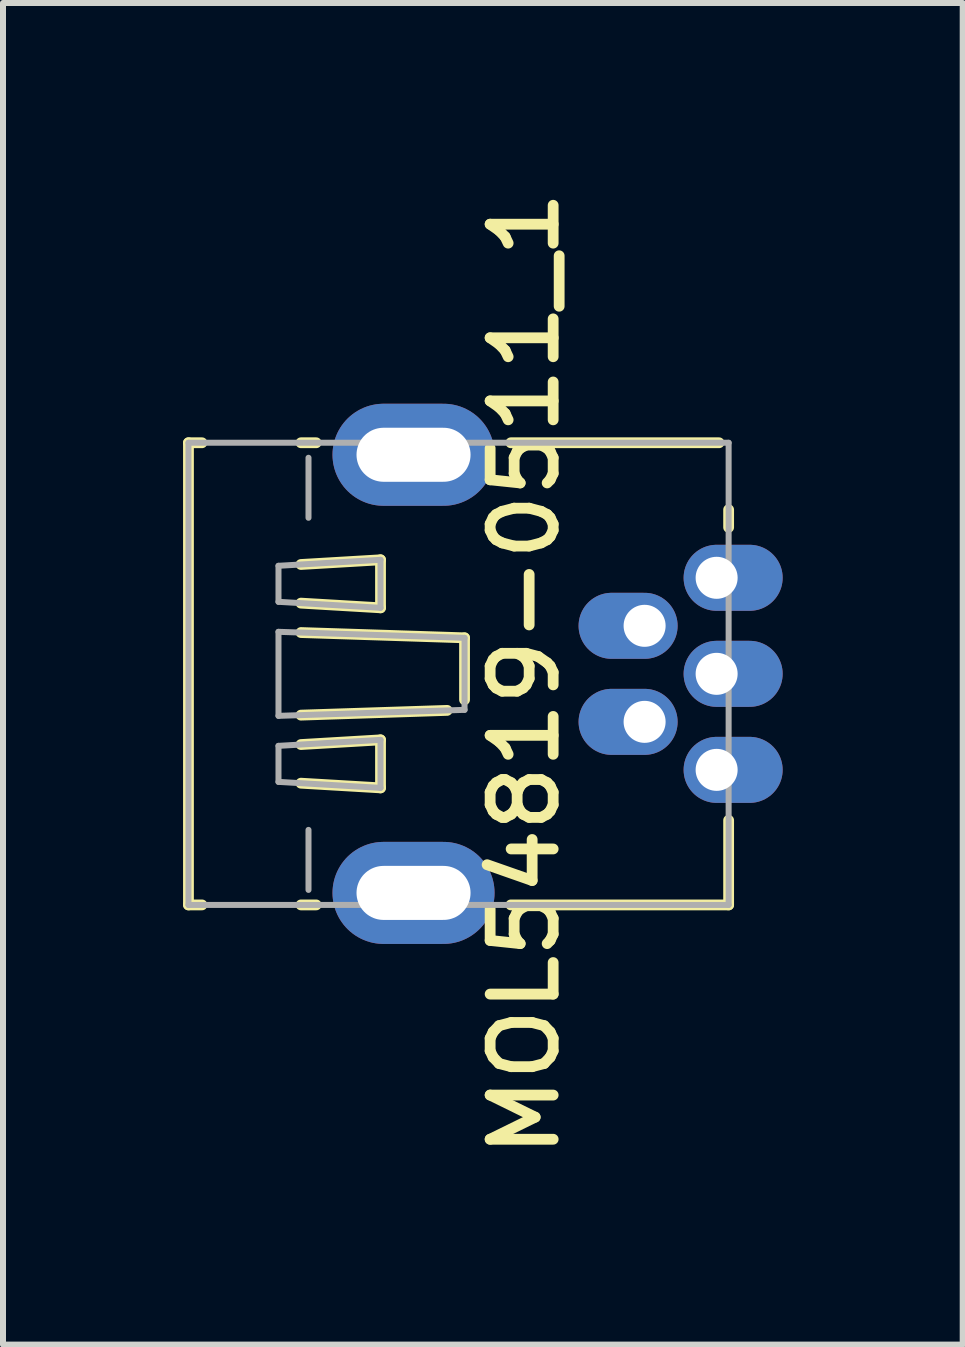
<source format=kicad_pcb>
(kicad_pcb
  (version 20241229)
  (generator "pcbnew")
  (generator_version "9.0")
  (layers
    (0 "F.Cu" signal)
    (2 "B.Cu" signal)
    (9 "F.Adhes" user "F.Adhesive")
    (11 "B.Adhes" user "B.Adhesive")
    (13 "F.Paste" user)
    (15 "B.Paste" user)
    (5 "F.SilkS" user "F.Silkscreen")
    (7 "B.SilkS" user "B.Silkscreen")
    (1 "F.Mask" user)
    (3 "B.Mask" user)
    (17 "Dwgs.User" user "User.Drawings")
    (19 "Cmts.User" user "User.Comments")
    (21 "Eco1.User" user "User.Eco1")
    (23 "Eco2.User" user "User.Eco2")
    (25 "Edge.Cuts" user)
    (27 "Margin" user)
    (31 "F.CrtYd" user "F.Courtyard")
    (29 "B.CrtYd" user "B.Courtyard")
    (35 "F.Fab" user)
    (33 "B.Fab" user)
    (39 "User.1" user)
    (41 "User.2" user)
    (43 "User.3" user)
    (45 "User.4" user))
  (footprint "MOL54819-0511_1"
    (layer "F.Cu")
    (at 8.89 8.177)
    (property "Reference" "MOL54819-0511_1" (at -3.2 0 90) (unlocked yes) (layer "F.SilkS") (effects (font (size 1.05 1.104) (thickness 0.18))))
    (attr smd)
    (fp_line (start -8.8 -3.85) (end -8.575 -3.85) (stroke (width 0.18) (type solid)) (layer "F.SilkS"))
    (fp_line (start -8.8 3.85) (end -8.8 -3.85) (stroke (width 0.18) (type solid)) (layer "F.SilkS"))
    (fp_line (start -8.8 3.85) (end -8.575 3.85) (stroke (width 0.18) (type solid)) (layer "F.SilkS"))
    (fp_line (start -6.925 -3.85) (end -6.672 -3.85) (stroke (width 0.18) (type solid)) (layer "F.SilkS"))
    (fp_line (start -6.925 -1.822) (end -5.6 -1.9) (stroke (width 0.18) (type solid)) (layer "F.SilkS"))
    (fp_line (start -6.925 -1.178) (end -5.6 -1.1) (stroke (width 0.18) (type solid)) (layer "F.SilkS"))
    (fp_line (start -6.925 -0.688) (end -4.2 -0.6) (stroke (width 0.18) (type solid)) (layer "F.SilkS"))
    (fp_line (start -6.925 0.688) (end -4.49 0.609) (stroke (width 0.18) (type solid)) (layer "F.SilkS"))
    (fp_line (start -6.925 1.178) (end -5.6 1.1) (stroke (width 0.18) (type solid)) (layer "F.SilkS"))
    (fp_line (start -6.925 1.822) (end -5.6 1.9) (stroke (width 0.18) (type solid)) (layer "F.SilkS"))
    (fp_line (start -6.925 3.85) (end -6.672 3.85) (stroke (width 0.18) (type solid)) (layer "F.SilkS"))
    (fp_line (start -5.6 -1.1) (end -5.6 -1.9) (stroke (width 0.18) (type solid)) (layer "F.SilkS"))
    (fp_line (start -5.6 1.9) (end -5.6 1.1) (stroke (width 0.18) (type solid)) (layer "F.SilkS"))
    (fp_line (start -4.2 0.432) (end -4.2 -0.6) (stroke (width 0.18) (type solid)) (layer "F.SilkS"))
    (fp_line (start -3.428 -3.85) (end 0.04 -3.85) (stroke (width 0.18) (type solid)) (layer "F.SilkS"))
    (fp_line (start -3.428 3.85) (end 0.2 3.85) (stroke (width 0.18) (type solid)) (layer "F.SilkS"))
    (fp_line (start 0.2 -2.44) (end 0.2 -2.735) (stroke (width 0.18) (type solid)) (layer "F.SilkS"))
    (fp_line (start 0.2 3.85) (end 0.2 2.44) (stroke (width 0.18) (type solid)) (layer "F.SilkS"))
    (fp_line (start -8.8 -3.85) (end 0.2 -3.85) (stroke (width 0.1) (type solid)) (layer "F.Fab"))
    (fp_line (start -8.8 3.85) (end -8.8 -3.85) (stroke (width 0.1) (type solid)) (layer "F.Fab"))
    (fp_line (start -8.8 3.85) (end 0.2 3.85) (stroke (width 0.1) (type solid)) (layer "F.Fab"))
    (fp_line (start -7.3 -1.8) (end -5.6 -1.9) (stroke (width 0.1) (type solid)) (layer "F.Fab"))
    (fp_line (start -7.3 -1.2) (end -7.3 -1.8) (stroke (width 0.1) (type solid)) (layer "F.Fab"))
    (fp_line (start -7.3 -1.2) (end -5.6 -1.1) (stroke (width 0.1) (type solid)) (layer "F.Fab"))
    (fp_line (start -7.3 -0.7) (end -4.2 -0.6) (stroke (width 0.1) (type solid)) (layer "F.Fab"))
    (fp_line (start -7.3 0.7) (end -7.3 -0.7) (stroke (width 0.1) (type solid)) (layer "F.Fab"))
    (fp_line (start -7.3 0.7) (end -4.2 0.6) (stroke (width 0.1) (type solid)) (layer "F.Fab"))
    (fp_line (start -7.3 1.2) (end -5.6 1.1) (stroke (width 0.1) (type solid)) (layer "F.Fab"))
    (fp_line (start -7.3 1.8) (end -7.3 1.2) (stroke (width 0.1) (type solid)) (layer "F.Fab"))
    (fp_line (start -7.3 1.8) (end -5.6 1.9) (stroke (width 0.1) (type solid)) (layer "F.Fab"))
    (fp_line (start -6.8 -2.6) (end -6.8 -3.6) (stroke (width 0.1) (type solid)) (layer "F.Fab"))
    (fp_line (start -6.8 3.6) (end -6.8 2.6) (stroke (width 0.1) (type solid)) (layer "F.Fab"))
    (fp_line (start -5.6 -1.1) (end -5.6 -1.9) (stroke (width 0.1) (type solid)) (layer "F.Fab"))
    (fp_line (start -5.6 1.9) (end -5.6 1.1) (stroke (width 0.1) (type solid)) (layer "F.Fab"))
    (fp_line (start -4.2 0.6) (end -4.2 -0.6) (stroke (width 0.1) (type solid)) (layer "F.Fab"))
    (fp_line (start 0.2 3.85) (end 0.2 -3.85) (stroke (width 0.1) (type solid)) (layer "F.Fab"))
    (pad "1" thru_hole oval (at 0 -1.6) (size 1.65 1.1) (drill 0.7 (offset 0.275 0)) (layers "*.Cu" "*.Mask"))
    (pad "2" thru_hole oval (at -1.2 -0.8) (size 1.65 1.1) (drill 0.7 (offset -0.275 0)) (layers "*.Cu" "*.Mask"))
    (pad "3" thru_hole oval (at 0 0) (size 1.65 1.1) (drill 0.7 (offset 0.275 0)) (layers "*.Cu" "*.Mask"))
    (pad "4" thru_hole oval (at -1.2 0.8) (size 1.65 1.1) (drill 0.7 (offset -0.275 0)) (layers "*.Cu" "*.Mask"))
    (pad "5" thru_hole oval (at 0 1.6) (size 1.65 1.1) (drill 0.7 (offset 0.275 0)) (layers "*.Cu" "*.Mask"))
    (pad "6" thru_hole oval (at -5.05 3.65) (size 2.7 1.7) (drill oval 1.9 0.9) (layers "*.Cu" "*.Mask"))
    (pad "7" thru_hole oval (at -5.05 -3.65) (size 2.7 1.7) (drill oval 1.9 0.9) (layers "*.Cu" "*.Mask")))
  (gr_rect
    (start -3 -3)
    (end 12.99 19.353)
    (stroke (width 0.1) (type default))
    (fill no)
    (layer "Edge.Cuts")))
</source>
